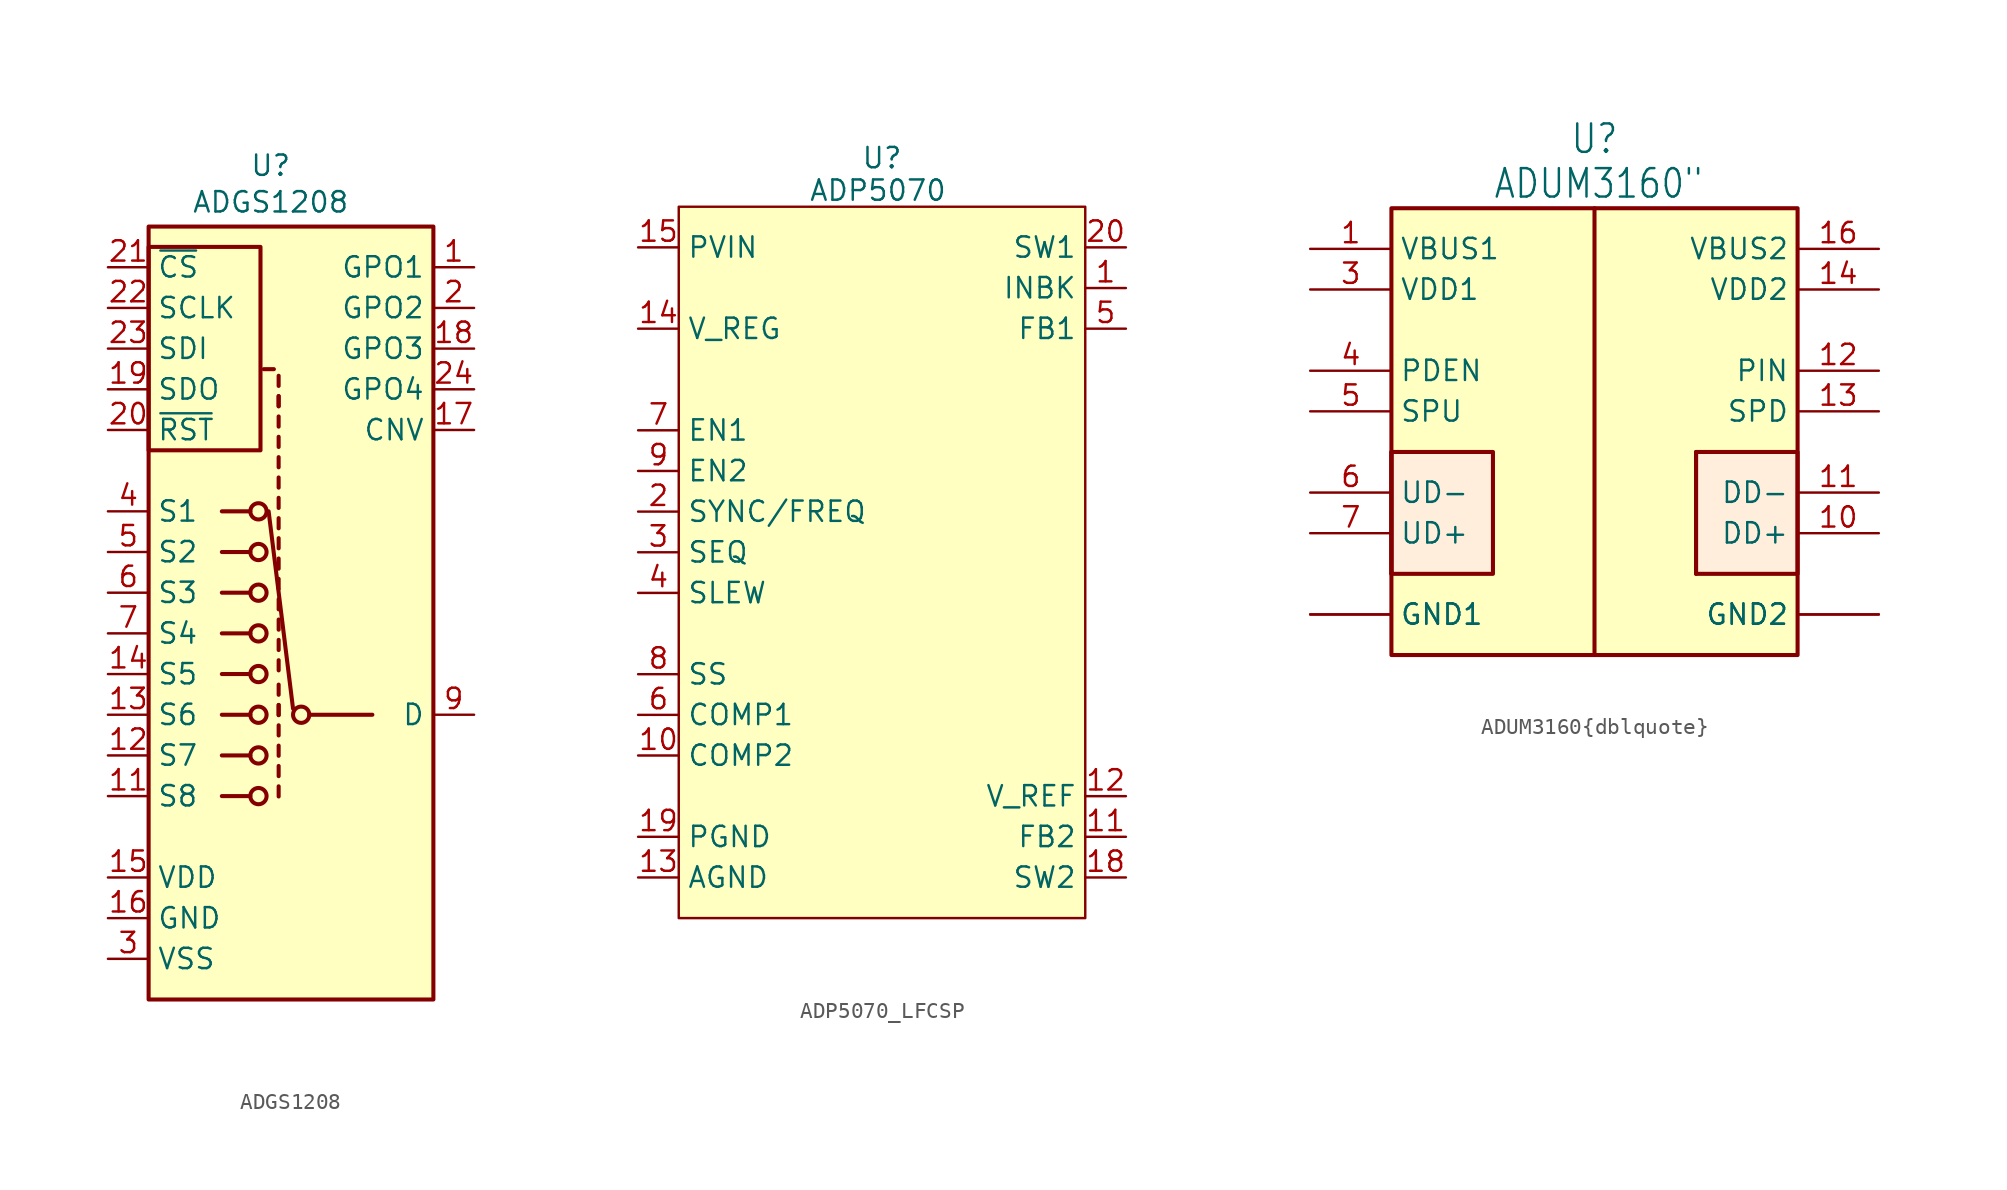
<source format=kicad_sym>
(kicad_symbol_lib
  (version 20231120)
  (generator "kicad_symbol_editor")
  (generator_version "8.0")
  (symbol "ADGS1208"
    (property "Reference" "U"
      (at 0 3.81 0)
      (effects (font (size 1.27 1.27))))
    (property "Value" "ADGS1208"
      (at 0 1.524 0)
      (effects (font (size 1.27 1.27))))
    (symbol "ADGS1208_0_1"
      (rectangle (start -7.62 -1.27) (end -0.635 -13.97) (stroke (width 0.254) (type default)) (fill (type none)))
      (rectangle (start -7.62 0) (end 10.16 -48.26) (stroke (width 0.254) (type default)) (fill (type background)))
      (circle (center -0.762 -35.56) (radius 0.508) (stroke (width 0.254) (type default)) (fill (type none)))
      (circle (center -0.762 -33.02) (radius 0.508) (stroke (width 0.254) (type default)) (fill (type none)))
      (circle (center -0.762 -30.48) (radius 0.508) (stroke (width 0.254) (type default)) (fill (type none)))
      (circle (center -0.762 -27.94) (radius 0.508) (stroke (width 0.254) (type default)) (fill (type none)))
      (circle (center -0.762 -25.4) (radius 0.508) (stroke (width 0.254) (type default)) (fill (type none)))
      (circle (center -0.762 -22.86) (radius 0.508) (stroke (width 0.254) (type default)) (fill (type none)))
      (circle (center -0.762 -20.32) (radius 0.508) (stroke (width 0.254) (type default)) (fill (type none)))
      (circle (center -0.762 -17.78) (radius 0.508) (stroke (width 0.254) (type default)) (fill (type none)))
      (polyline (pts (xy -1.27 -35.56) (xy -3.048 -35.56)) (stroke (width 0.254) (type default)) (fill (type none)))
      (polyline (pts (xy -1.27 -33.02) (xy -3.048 -33.02)) (stroke (width 0.254) (type default)) (fill (type none)))
      (polyline (pts (xy -1.27 -30.48) (xy -3.048 -30.48)) (stroke (width 0.254) (type default)) (fill (type none)))
      (polyline (pts (xy -1.27 -27.94) (xy -3.048 -27.94)) (stroke (width 0.254) (type default)) (fill (type none)))
      (polyline (pts (xy -1.27 -25.4) (xy -3.048 -25.4)) (stroke (width 0.254) (type default)) (fill (type none)))
      (polyline (pts (xy -1.27 -22.86) (xy -3.048 -22.86)) (stroke (width 0.254) (type default)) (fill (type none)))
      (polyline (pts (xy -1.27 -20.32) (xy -3.048 -20.32)) (stroke (width 0.254) (type default)) (fill (type none)))
      (polyline (pts (xy -1.27 -17.78) (xy -3.048 -17.78)) (stroke (width 0.254) (type default)) (fill (type none)))
      (polyline (pts (xy -0.127 -17.78) (xy 1.397 -30.099)) (stroke (width 0.254) (type default)) (fill (type none)))
      (polyline (pts (xy 0.202 -8.904) (xy -0.433 -8.904)) (stroke (width 0.254) (type default)) (fill (type none)))
      (polyline (pts (xy 0.498 -18.84) (xy 0.498 -18.206)) (stroke (width 0.254) (type default)) (fill (type none)))
      (polyline (pts (xy 0.498 -17.57) (xy 0.498 -16.936)) (stroke (width 0.254) (type default)) (fill (type none)))
      (polyline (pts (xy 0.498 -16.3) (xy 0.498 -15.665)) (stroke (width 0.254) (type default)) (fill (type none)))
      (polyline (pts (xy 0.498 -15.03) (xy 0.498 -14.396)) (stroke (width 0.254) (type default)) (fill (type none)))
      (polyline (pts (xy 0.498 -13.761) (xy 0.498 -13.126)) (stroke (width 0.254) (type default)) (fill (type none)))
      (polyline (pts (xy 0.498 -12.491) (xy 0.498 -11.855)) (stroke (width 0.254) (type default)) (fill (type none)))
      (polyline (pts (xy 0.498 -11.22) (xy 0.498 -10.585)) (stroke (width 0.254) (type default)) (fill (type none)))
      (polyline (pts (xy 0.498 -11.22) (xy 0.498 -10.585)) (stroke (width 0.254) (type default)) (fill (type none)))
      (polyline (pts (xy 0.498 -9.95) (xy 0.498 -9.316)) (stroke (width 0.254) (type default)) (fill (type none)))
      (polyline (pts (xy 0.499 -35.584) (xy 0.499 -34.949)) (stroke (width 0.254) (type default)) (fill (type none)))
      (polyline (pts (xy 0.499 -34.314) (xy 0.499 -33.679)) (stroke (width 0.254) (type default)) (fill (type none)))
      (polyline (pts (xy 0.499 -33.044) (xy 0.499 -32.409)) (stroke (width 0.254) (type default)) (fill (type none)))
      (polyline (pts (xy 0.499 -31.774) (xy 0.499 -31.139)) (stroke (width 0.254) (type default)) (fill (type none)))
      (polyline (pts (xy 0.499 -30.504) (xy 0.499 -29.869)) (stroke (width 0.254) (type default)) (fill (type none)))
      (polyline (pts (xy 0.499 -30.504) (xy 0.499 -29.869)) (stroke (width 0.254) (type default)) (fill (type none)))
      (polyline (pts (xy 0.499 -29.234) (xy 0.499 -28.599)) (stroke (width 0.254) (type default)) (fill (type none)))
      (polyline (pts (xy 0.499 -27.71) (xy 0.499 -27.075)) (stroke (width 0.254) (type default)) (fill (type none)))
      (polyline (pts (xy 0.499 -26.44) (xy 0.499 -25.805)) (stroke (width 0.254) (type default)) (fill (type none)))
      (polyline (pts (xy 0.499 -25.17) (xy 0.499 -24.535)) (stroke (width 0.254) (type default)) (fill (type none)))
      (polyline (pts (xy 0.499 -23.9) (xy 0.499 -23.265)) (stroke (width 0.254) (type default)) (fill (type none)))
      (polyline (pts (xy 0.499 -22.63) (xy 0.499 -21.995)) (stroke (width 0.254) (type default)) (fill (type none)))
      (polyline (pts (xy 0.499 -21.36) (xy 0.499 -20.725)) (stroke (width 0.254) (type default)) (fill (type none)))
      (polyline (pts (xy 0.499 -20.09) (xy 0.499 -19.455)) (stroke (width 0.254) (type default)) (fill (type none)))
      (polyline (pts (xy 2.413 -30.48) (xy 6.35 -30.48)) (stroke (width 0.254) (type default)) (fill (type none)))
      (circle (center 1.905 -30.48) (radius 0.508) (stroke (width 0.254) (type default)) (fill (type none))))
    (symbol "ADGS1208_1_0"
      (pin power_in line (at -10.16 -43.18 0) (length 2.54) (name "GND" (effects (font (size 1.27 1.27)))) (number "16" (effects (font (size 1.27 1.27))))))
    (symbol "ADGS1208_1_1"
      (pin output line (at 12.7 -2.54 180) (length 2.54) (name "GPO1" (effects (font (size 1.27 1.27)))) (number "1" (effects (font (size 1.27 1.27)))))
      (pin no_connect line (at 12.7 -44.45 180) (length 2.54) hide (name "NC" (effects (font (size 1.27 1.27)))) (number "10" (effects (font (size 1.27 1.27)))))
      (pin bidirectional line (at -10.16 -35.56 0) (length 2.54) (name "S8" (effects (font (size 1.27 1.27)))) (number "11" (effects (font (size 1.27 1.27)))))
      (pin bidirectional line (at -10.16 -33.02 0) (length 2.54) (name "S7" (effects (font (size 1.27 1.27)))) (number "12" (effects (font (size 1.27 1.27)))))
      (pin bidirectional line (at -10.16 -30.48 0) (length 2.54) (name "S6" (effects (font (size 1.27 1.27)))) (number "13" (effects (font (size 1.27 1.27)))))
      (pin bidirectional line (at -10.16 -27.94 0) (length 2.54) (name "S5" (effects (font (size 1.27 1.27)))) (number "14" (effects (font (size 1.27 1.27)))))
      (pin power_in line (at -10.16 -40.64 0) (length 2.54) (name "VDD" (effects (font (size 1.27 1.27)))) (number "15" (effects (font (size 1.27 1.27)))))
      (pin input line (at 12.7 -12.7 180) (length 2.54) (name "CNV" (effects (font (size 1.27 1.27)))) (number "17" (effects (font (size 1.27 1.27)))))
      (pin output line (at 12.7 -7.62 180) (length 2.54) (name "GPO3" (effects (font (size 1.27 1.27)))) (number "18" (effects (font (size 1.27 1.27)))))
      (pin open_collector line (at -10.16 -10.16 0) (length 2.54) (name "SDO" (effects (font (size 1.27 1.27)))) (number "19" (effects (font (size 1.27 1.27)))))
      (pin output line (at 12.7 -5.08 180) (length 2.54) (name "GPO2" (effects (font (size 1.27 1.27)))) (number "2" (effects (font (size 1.27 1.27)))))
      (pin input line (at -10.16 -12.7 0) (length 2.54) (name "~{RST}" (effects (font (size 1.27 1.27)))) (number "20" (effects (font (size 1.27 1.27)))))
      (pin input line (at -10.16 -2.54 0) (length 2.54) (name "~{CS}" (effects (font (size 1.27 1.27)))) (number "21" (effects (font (size 1.27 1.27)))))
      (pin input line (at -10.16 -5.08 0) (length 2.54) (name "SCLK" (effects (font (size 1.27 1.27)))) (number "22" (effects (font (size 1.27 1.27)))))
      (pin input line (at -10.16 -7.62 0) (length 2.54) (name "SDI" (effects (font (size 1.27 1.27)))) (number "23" (effects (font (size 1.27 1.27)))))
      (pin output line (at 12.7 -10.16 180) (length 2.54) (name "GPO4" (effects (font (size 1.27 1.27)))) (number "24" (effects (font (size 1.27 1.27)))))
      (pin passive line (at -10.16 -45.72 0) (length 2.54) hide (name "VSS" (effects (font (size 1.27 1.27)))) (number "25" (effects (font (size 1.27 1.27)))))
      (pin power_in line (at -10.16 -45.72 0) (length 2.54) (name "VSS" (effects (font (size 1.27 1.27)))) (number "3" (effects (font (size 1.27 1.27)))))
      (pin bidirectional line (at -10.16 -17.78 0) (length 2.54) (name "S1" (effects (font (size 1.27 1.27)))) (number "4" (effects (font (size 1.27 1.27)))))
      (pin bidirectional line (at -10.16 -20.32 0) (length 2.54) (name "S2" (effects (font (size 1.27 1.27)))) (number "5" (effects (font (size 1.27 1.27)))))
      (pin bidirectional line (at -10.16 -22.86 0) (length 2.54) (name "S3" (effects (font (size 1.27 1.27)))) (number "6" (effects (font (size 1.27 1.27)))))
      (pin bidirectional line (at -10.16 -25.4 0) (length 2.54) (name "S4" (effects (font (size 1.27 1.27)))) (number "7" (effects (font (size 1.27 1.27)))))
      (pin no_connect line (at 12.7 -45.72 180) (length 2.54) hide (name "NC" (effects (font (size 1.27 1.27)))) (number "8" (effects (font (size 1.27 1.27)))))
      (pin bidirectional line (at 12.7 -30.48 180) (length 2.54) (name "D" (effects (font (size 1.27 1.27)))) (number "9" (effects (font (size 1.27 1.27)))))))
  (symbol "ADP5070_LFCSP"
    (property "Reference" "U"
      (at 0 3.048 0)
      (effects (font (size 1.27 1.27))))
    (property "Value" "ADP5070"
      (at -0.254 1.016 0)
      (effects (font (size 1.27 1.27))))
    (symbol "ADP5070_LFCSP_1_1"
      (rectangle (start -12.7 0) (end 12.7 -44.45) (stroke (width 0) (type default)) (fill (type background)))
      (pin bidirectional line (at 15.24 -5.08 180) (length 2.54) (name "INBK" (effects (font (size 1.27 1.27)))) (number "1" (effects (font (size 1.27 1.27)))))
      (pin bidirectional line (at -15.24 -34.29 0) (length 2.54) (name "COMP2" (effects (font (size 1.27 1.27)))) (number "10" (effects (font (size 1.27 1.27)))))
      (pin input line (at 15.24 -39.37 180) (length 2.54) (name "FB2" (effects (font (size 1.27 1.27)))) (number "11" (effects (font (size 1.27 1.27)))))
      (pin output line (at 15.24 -36.83 180) (length 2.54) (name "V_REF" (effects (font (size 1.27 1.27)))) (number "12" (effects (font (size 1.27 1.27)))))
      (pin passive line (at -15.24 -41.91 0) (length 2.54) (name "AGND" (effects (font (size 1.27 1.27)))) (number "13" (effects (font (size 1.27 1.27)))))
      (pin output line (at -15.24 -7.62 0) (length 2.54) (name "V_REG" (effects (font (size 1.27 1.27)))) (number "14" (effects (font (size 1.27 1.27)))))
      (pin power_in line (at -15.24 -2.54 0) (length 2.54) (name "PVIN" (effects (font (size 1.27 1.27)))) (number "15" (effects (font (size 1.27 1.27)))))
      (pin input line (at -15.24 -2.54 0) (length 2.54) hide (name "PVIN" (effects (font (size 1.27 1.27)))) (number "16" (effects (font (size 1.27 1.27)))))
      (pin input line (at -15.24 -2.54 0) (length 2.54) hide (name "PVIN" (effects (font (size 1.27 1.27)))) (number "17" (effects (font (size 1.27 1.27)))))
      (pin power_out line (at 15.24 -41.91 180) (length 2.54) (name "SW2" (effects (font (size 1.27 1.27)))) (number "18" (effects (font (size 1.27 1.27)))))
      (pin passive line (at -15.24 -39.37 0) (length 2.54) (name "PGND" (effects (font (size 1.27 1.27)))) (number "19" (effects (font (size 1.27 1.27)))))
      (pin input line (at -15.24 -19.05 0) (length 2.54) (name "SYNC/FREQ" (effects (font (size 1.27 1.27)))) (number "2" (effects (font (size 1.27 1.27)))))
      (pin power_out line (at 15.24 -2.54 180) (length 2.54) (name "SW1" (effects (font (size 1.27 1.27)))) (number "20" (effects (font (size 1.27 1.27)))))
      (pin passive line (at -15.24 -41.91 0) (length 2.54) hide (name "AGND" (effects (font (size 1.27 1.27)))) (number "21" (effects (font (size 1.27 1.27)))))
      (pin bidirectional line (at -15.24 -21.59 0) (length 2.54) (name "SEQ" (effects (font (size 1.27 1.27)))) (number "3" (effects (font (size 1.27 1.27)))))
      (pin bidirectional line (at -15.24 -24.13 0) (length 2.54) (name "SLEW" (effects (font (size 1.27 1.27)))) (number "4" (effects (font (size 1.27 1.27)))))
      (pin input line (at 15.24 -7.62 180) (length 2.54) (name "FB1" (effects (font (size 1.27 1.27)))) (number "5" (effects (font (size 1.27 1.27)))))
      (pin bidirectional line (at -15.24 -31.75 0) (length 2.54) (name "COMP1" (effects (font (size 1.27 1.27)))) (number "6" (effects (font (size 1.27 1.27)))))
      (pin input line (at -15.24 -13.97 0) (length 2.54) (name "EN1" (effects (font (size 1.27 1.27)))) (number "7" (effects (font (size 1.27 1.27)))))
      (pin input line (at -15.24 -29.21 0) (length 2.54) (name "SS" (effects (font (size 1.27 1.27)))) (number "8" (effects (font (size 1.27 1.27)))))
      (pin input line (at -15.24 -16.51 0) (length 2.54) (name "EN2" (effects (font (size 1.27 1.27)))) (number "9" (effects (font (size 1.27 1.27)))))))
  (symbol "ADUM3160{dblquote}"
    (property "Reference" "U"
      (at 0 16.002 0)
      (effects (font (size 1.778 1.511)) (justify bottom)))
    (property "Value" "ADUM3160\""
      (at 0.254 13.208 0)
      (effects (font (size 1.778 1.511)) (justify bottom)))
    (symbol "ADUM3160{dblquote}_1_0"
      (polyline (pts (xy -12.7 -10.16) (xy -12.7 -2.54)) (stroke (width 0.254) (type solid)) (fill (type none)))
      (polyline (pts (xy 0 12.7) (xy 0 -15.24)) (stroke (width 0.254) (type solid)) (fill (type none)))
      (polyline (pts (xy 6.35 -10.16) (xy 6.35 -2.54)) (stroke (width 0.254) (type solid)) (fill (type none)))
      (pin power_in line (at -17.78 10.16 0) (length 5.08) (name "VBUS1" (effects (font (size 1.27 1.27)))) (number "1" (effects (font (size 1.27 1.27)))))
      (pin bidirectional line (at 17.78 -7.62 180) (length 5.08) (name "DD+" (effects (font (size 1.27 1.27)))) (number "10" (effects (font (size 1.27 1.27)))))
      (pin bidirectional line (at 17.78 -5.08 180) (length 5.08) (name "DD-" (effects (font (size 1.27 1.27)))) (number "11" (effects (font (size 1.27 1.27)))))
      (pin input line (at 17.78 2.54 180) (length 5.08) (name "PIN" (effects (font (size 1.27 1.27)))) (number "12" (effects (font (size 1.27 1.27)))))
      (pin input line (at 17.78 0 180) (length 5.08) (name "SPD" (effects (font (size 1.27 1.27)))) (number "13" (effects (font (size 1.27 1.27)))))
      (pin power_in line (at 17.78 7.62 180) (length 5.08) (name "VDD2" (effects (font (size 1.27 1.27)))) (number "14" (effects (font (size 1.27 1.27)))))
      (pin passive line (at 17.78 -12.7 180) (length 5.08) (name "GND2" (effects (font (size 1.27 1.27)))) (number "15" (effects (font (size 0 0)))))
      (pin power_in line (at 17.78 10.16 180) (length 5.08) (name "VBUS2" (effects (font (size 1.27 1.27)))) (number "16" (effects (font (size 1.27 1.27)))))
      (pin passive line (at -17.78 -12.7 0) (length 5.08) (name "GND1" (effects (font (size 1.27 1.27)))) (number "2" (effects (font (size 0 0)))))
      (pin power_in line (at -17.78 7.62 0) (length 5.08) (name "VDD1" (effects (font (size 1.27 1.27)))) (number "3" (effects (font (size 1.27 1.27)))))
      (pin input line (at -17.78 2.54 0) (length 5.08) (name "PDEN" (effects (font (size 1.27 1.27)))) (number "4" (effects (font (size 1.27 1.27)))))
      (pin input line (at -17.78 0 0) (length 5.08) (name "SPU" (effects (font (size 1.27 1.27)))) (number "5" (effects (font (size 1.27 1.27)))))
      (pin bidirectional line (at -17.78 -5.08 0) (length 5.08) (name "UD-" (effects (font (size 1.27 1.27)))) (number "6" (effects (font (size 1.27 1.27)))))
      (pin bidirectional line (at -17.78 -7.62 0) (length 5.08) (name "UD+" (effects (font (size 1.27 1.27)))) (number "7" (effects (font (size 1.27 1.27)))))
      (pin power_in line (at -17.78 -12.7 0) (length 5.08) (name "GND1" (effects (font (size 1.27 1.27)))) (number "8" (effects (font (size 0 0)))))
      (pin power_in line (at 17.78 -12.7 180) (length 5.08) (name "GND2" (effects (font (size 1.27 1.27)))) (number "9" (effects (font (size 0 0))))))
    (symbol "ADUM3160{dblquote}_1_1"
      (rectangle (start -12.7 -2.54) (end -6.35 -10.16) (stroke (width 0.254) (type default)) (fill (type color) (color 255 238 220 1)))
      (rectangle (start -12.7 12.7) (end 12.7 -15.24) (stroke (width 0.254) (type default)) (fill (type background)))
      (rectangle (start 6.35 -2.54) (end 12.7 -10.16) (stroke (width 0.254) (type default)) (fill (type color) (color 255 238 220 1))))))
</source>
